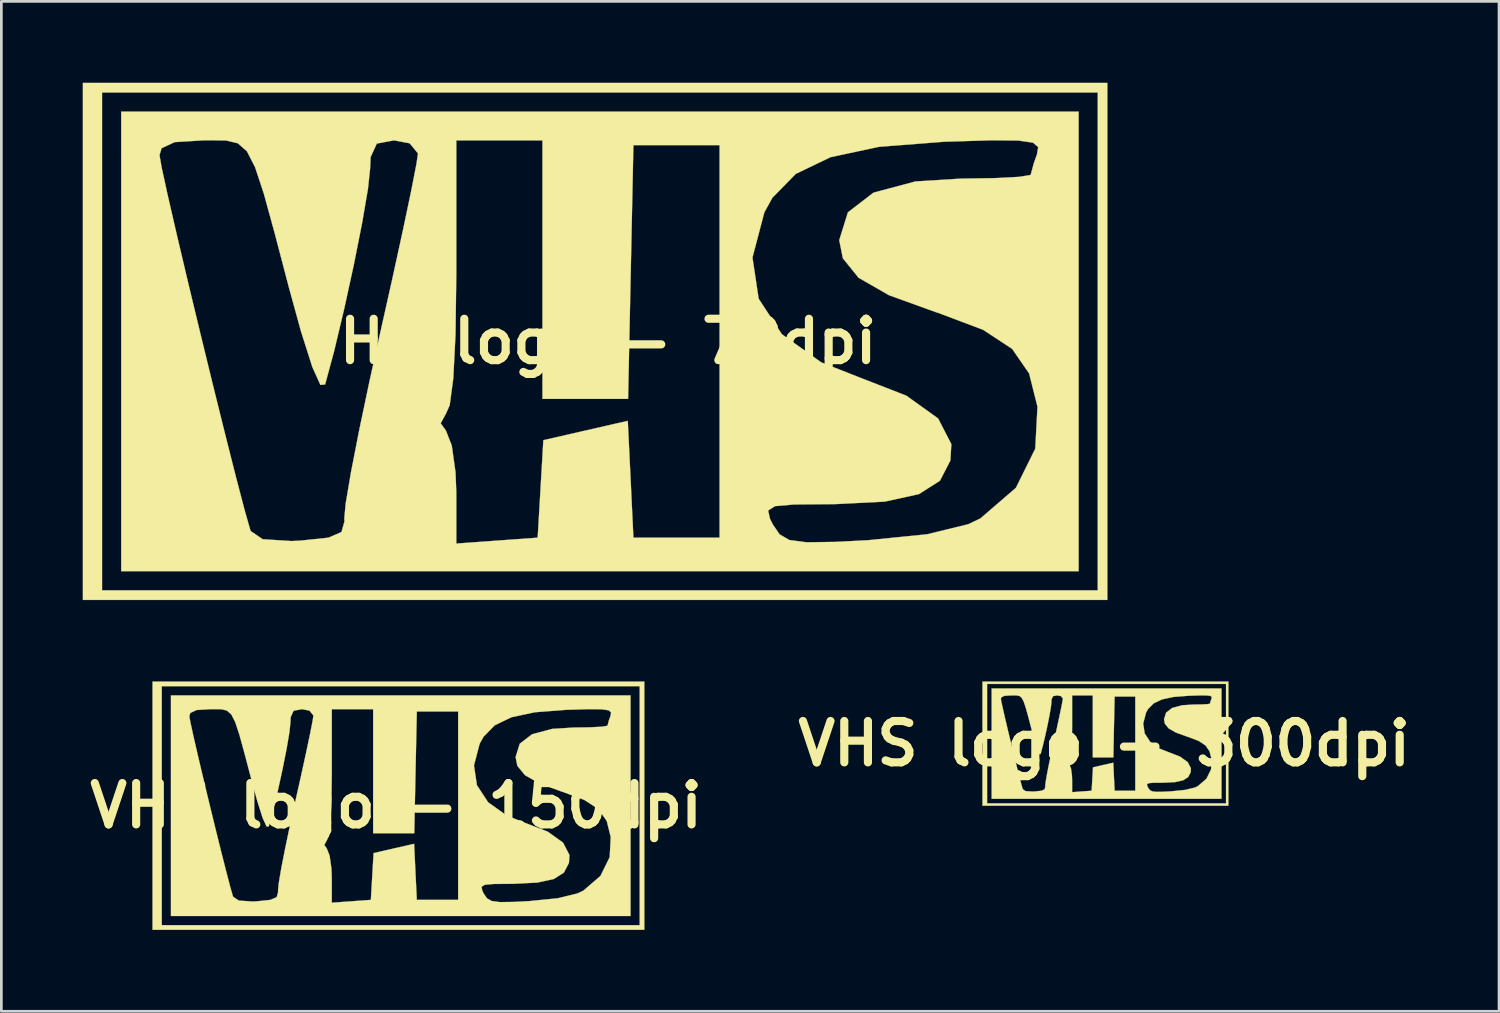
<source format=kicad_pcb>
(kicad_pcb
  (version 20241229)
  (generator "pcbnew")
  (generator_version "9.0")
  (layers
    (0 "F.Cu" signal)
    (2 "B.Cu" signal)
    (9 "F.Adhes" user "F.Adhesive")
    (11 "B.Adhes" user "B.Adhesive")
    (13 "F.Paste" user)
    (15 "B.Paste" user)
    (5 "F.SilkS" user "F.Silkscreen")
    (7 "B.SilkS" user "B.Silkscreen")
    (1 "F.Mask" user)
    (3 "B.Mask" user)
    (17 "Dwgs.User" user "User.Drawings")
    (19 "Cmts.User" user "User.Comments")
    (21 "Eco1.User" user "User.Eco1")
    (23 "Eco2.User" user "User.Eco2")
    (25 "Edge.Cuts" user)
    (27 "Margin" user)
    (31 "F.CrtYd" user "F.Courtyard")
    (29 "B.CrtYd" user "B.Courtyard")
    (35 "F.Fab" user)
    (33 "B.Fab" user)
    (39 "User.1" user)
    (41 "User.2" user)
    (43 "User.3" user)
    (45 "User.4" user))
  (footprint "VHS logo - 300dpi"
    (layer "F.Cu")
    (at 37.639 24.351)
    (property "Reference" "VHS logo - 300dpi" (at 0 0 0) (layer "F.SilkS") (effects (font (size 1.524 1.524) (thickness 0.3))))
    (attr through_hole)
    (fp_poly (pts (xy 4.572 2.286) (xy -4.487 2.286) (xy -4.487 -2.201) (xy -4.318 -2.201) (xy -4.318 2.201) (xy 4.487 2.201) (xy 4.487 -2.201) (xy -4.318 -2.201) (xy -4.487 -2.201) (xy -4.487 -2.286) (xy 4.572 -2.286) (xy 4.572 2.286)) (stroke (width 0.01) (type solid)) (fill yes) (layer "F.SilkS"))
    (fp_poly (pts (xy 4.318 2.032) (xy -4.149 2.032) (xy -4.149 -1.648) (xy -3.81 -1.648) (xy -3.791 -1.536) (xy -3.737 -1.292) (xy -3.658 -0.946) (xy -3.56 -0.531) (xy -3.451 -0.077) (xy -3.338 0.383) (xy -3.23 0.819) (xy -3.134 1.198) (xy -3.058 1.49) (xy -3.009 1.662) (xy -3.004 1.677) (xy -2.898 1.749) (xy -2.643 1.766) (xy -2.562 1.762) (xy -2.317 1.736) (xy -2.201 1.686) (xy -2.174 1.592) (xy -2.176 1.566) (xy -2.163 1.431) (xy -2.117 1.162) (xy -2.045 0.788) (xy -2.031 0.724) (xy -1.324 0.724) (xy -1.277 0.788) (xy -1.225 0.92) (xy -1.192 1.158) (xy -1.185 1.334) (xy -1.185 1.788) (xy -0.466 1.736) (xy -0.415 0.873) (xy -0.042 0.788) (xy 0.331 0.703) (xy 0.381 1.736) (xy 1.143 1.736) (xy 1.143 -0.742) (xy 1.434 -0.742) (xy 1.488 -0.377) (xy 1.694 -0.063) (xy 2.042 0.185) (xy 2.355 0.309) (xy 2.795 0.48) (xy 3.075 0.681) (xy 3.192 0.908) (xy 3.184 1.053) (xy 3.092 1.232) (xy 2.906 1.35) (xy 2.604 1.417) (xy 2.161 1.439) (xy 2.108 1.439) (xy 1.801 1.442) (xy 1.633 1.457) (xy 1.572 1.496) (xy 1.589 1.57) (xy 1.615 1.62) (xy 1.673 1.706) (xy 1.76 1.756) (xy 1.912 1.776) (xy 2.167 1.773) (xy 2.453 1.758) (xy 2.979 1.705) (xy 3.342 1.617) (xy 3.449 1.566) (xy 3.763 1.295) (xy 3.935 0.949) (xy 3.954 0.577) (xy 3.88 0.283) (xy 3.73 0.066) (xy 3.474 -0.103) (xy 3.08 -0.251) (xy 3.059 -0.258) (xy 2.641 -0.408) (xy 2.372 -0.563) (xy 2.233 -0.735) (xy 2.201 -0.896) (xy 2.278 -1.142) (xy 2.504 -1.315) (xy 2.875 -1.415) (xy 3.271 -1.439) (xy 3.572 -1.444) (xy 3.793 -1.455) (xy 3.893 -1.472) (xy 3.895 -1.475) (xy 3.921 -1.574) (xy 3.95 -1.654) (xy 3.961 -1.718) (xy 3.915 -1.758) (xy 3.785 -1.776) (xy 3.544 -1.778) (xy 3.163 -1.767) (xy 3.124 -1.766) (xy 2.552 -1.721) (xy 2.124 -1.629) (xy 1.817 -1.482) (xy 1.61 -1.27) (xy 1.539 -1.141) (xy 1.434 -0.742) (xy 1.143 -0.742) (xy 1.143 -1.736) (xy 0.381 -1.736) (xy 0.357 -0.614) (xy 0.334 0.508) (xy -0.423 0.508) (xy -0.423 -1.778) (xy -1.185 -1.778) (xy -1.185 -0.598) (xy -1.192 -0.065) (xy -1.212 0.325) (xy -1.244 0.564) (xy -1.277 0.64) (xy -1.324 0.724) (xy -2.031 0.724) (xy -1.95 0.34) (xy -1.858 -0.075) (xy -1.75 -0.557) (xy -1.657 -0.986) (xy -1.584 -1.333) (xy -1.538 -1.57) (xy -1.524 -1.662) (xy -1.597 -1.752) (xy -1.736 -1.778) (xy -1.888 -1.75) (xy -1.943 -1.63) (xy -1.947 -1.531) (xy -1.967 -1.349) (xy -2.018 -1.05) (xy -2.091 -0.68) (xy -2.177 -0.286) (xy -2.266 0.085) (xy -2.345 0.381) (xy -2.387 0.385) (xy -2.458 0.227) (xy -2.559 -0.088) (xy -2.663 -0.468) (xy -2.791 -0.957) (xy -2.887 -1.307) (xy -2.965 -1.541) (xy -3.037 -1.681) (xy -3.117 -1.752) (xy -3.22 -1.777) (xy -3.358 -1.779) (xy -3.426 -1.778) (xy -3.676 -1.762) (xy -3.792 -1.708) (xy -3.81 -1.648) (xy -4.149 -1.648) (xy -4.149 -2.032) (xy 4.318 -2.032) (xy 4.318 2.032)) (stroke (width 0.01) (type solid)) (fill yes) (layer "F.SilkS")))
  (footprint "VHS logo - 72dpi"
    (layer "F.Cu")
    (at 18.702 9.53)
    (property "Reference" "VHS logo - 72dpi" (at 0 0 0) (layer "F.SilkS") (effects (font (size 1.524 1.524) (thickness 0.3))))
    (attr through_hole)
    (fp_poly (pts (xy 19.05 9.525) (xy -18.697 9.525) (xy -18.697 -9.172) (xy -17.992 -9.172) (xy -17.992 9.172) (xy 18.697 9.172) (xy 18.697 -9.172) (xy -17.992 -9.172) (xy -18.697 -9.172) (xy -18.697 -9.525) (xy 19.05 -9.525) (xy 19.05 9.525)) (stroke (width 0.01) (type solid)) (fill yes) (layer "F.SilkS"))
    (fp_poly (pts (xy 17.992 8.467) (xy -17.286 8.467) (xy -17.286 -6.865) (xy -15.875 -6.865) (xy -15.794 -6.4) (xy -15.572 -5.382) (xy -15.24 -3.942) (xy -14.832 -2.212) (xy -14.377 -0.322) (xy -13.909 1.596) (xy -13.459 3.411) (xy -13.059 4.992) (xy -12.741 6.208) (xy -12.536 6.927) (xy -12.516 6.987) (xy -12.074 7.289) (xy -11.015 7.356) (xy -10.675 7.34) (xy -9.653 7.232) (xy -9.17 7.025) (xy -9.059 6.634) (xy -9.066 6.526) (xy -9.013 5.964) (xy -8.823 4.841) (xy -8.519 3.283) (xy -8.463 3.017) (xy -5.515 3.017) (xy -5.322 3.285) (xy -5.106 3.835) (xy -4.967 4.826) (xy -4.939 5.559) (xy -4.939 7.449) (xy -3.44 7.34) (xy -1.94 7.232) (xy -1.836 5.436) (xy -1.731 3.639) (xy 1.38 2.927) (xy 1.484 5.08) (xy 1.587 7.232) (xy 4.763 7.232) (xy 4.763 -3.091) (xy 5.974 -3.091) (xy 6.202 -1.573) (xy 7.058 -0.264) (xy 8.506 0.771) (xy 9.812 1.286) (xy 11.647 2.001) (xy 12.814 2.838) (xy 13.302 3.785) (xy 13.266 4.389) (xy 12.882 5.133) (xy 12.109 5.626) (xy 10.848 5.903) (xy 9.004 5.996) (xy 8.784 5.997) (xy 7.505 6.008) (xy 6.804 6.07) (xy 6.551 6.232) (xy 6.62 6.54) (xy 6.728 6.75) (xy 6.972 7.109) (xy 7.333 7.318) (xy 7.967 7.402) (xy 9.031 7.387) (xy 10.222 7.326) (xy 12.414 7.106) (xy 13.924 6.736) (xy 14.37 6.525) (xy 15.68 5.396) (xy 16.394 3.953) (xy 16.476 2.405) (xy 16.168 1.18) (xy 15.543 0.275) (xy 14.474 -0.427) (xy 12.833 -1.046) (xy 12.746 -1.073) (xy 11.005 -1.702) (xy 9.885 -2.345) (xy 9.304 -3.063) (xy 9.172 -3.733) (xy 9.491 -4.757) (xy 10.433 -5.481) (xy 11.981 -5.895) (xy 13.63 -5.997) (xy 14.882 -6.016) (xy 15.803 -6.064) (xy 16.22 -6.133) (xy 16.228 -6.145) (xy 16.338 -6.558) (xy 16.458 -6.892) (xy 16.502 -7.159) (xy 16.312 -7.323) (xy 15.771 -7.402) (xy 14.765 -7.41) (xy 13.179 -7.362) (xy 13.017 -7.356) (xy 10.635 -7.17) (xy 8.85 -6.788) (xy 7.571 -6.174) (xy 6.708 -5.293) (xy 6.411 -4.755) (xy 5.974 -3.091) (xy 4.763 -3.091) (xy 4.763 -7.232) (xy 1.587 -7.232) (xy 1.489 -2.558) (xy 1.391 2.117) (xy -1.764 2.117) (xy -1.764 -7.408) (xy -4.939 -7.408) (xy -4.939 -2.49) (xy -4.967 -0.273) (xy -5.049 1.354) (xy -5.182 2.35) (xy -5.322 2.665) (xy -5.515 3.017) (xy -8.463 3.017) (xy -8.127 1.417) (xy -7.743 -0.311) (xy -7.293 -2.321) (xy -6.903 -4.109) (xy -6.599 -5.556) (xy -6.407 -6.54) (xy -6.35 -6.926) (xy -6.656 -7.3) (xy -7.232 -7.408) (xy -7.868 -7.29) (xy -8.096 -6.793) (xy -8.114 -6.378) (xy -8.194 -5.621) (xy -8.407 -4.375) (xy -8.713 -2.834) (xy -9.071 -1.193) (xy -9.44 0.355) (xy -9.773 1.587) (xy -9.945 1.603) (xy -10.243 0.945) (xy -10.661 -0.368) (xy -11.096 -1.949) (xy -11.631 -3.989) (xy -12.031 -5.446) (xy -12.353 -6.419) (xy -12.653 -7.005) (xy -12.989 -7.301) (xy -13.416 -7.403) (xy -13.993 -7.411) (xy -14.276 -7.408) (xy -15.318 -7.343) (xy -15.799 -7.117) (xy -15.875 -6.865) (xy -17.286 -6.865) (xy -17.286 -8.467) (xy 17.992 -8.467) (xy 17.992 8.467)) (stroke (width 0.01) (type solid)) (fill yes) (layer "F.SilkS")))
  (footprint "VHS logo - 150dpi"
    (layer "F.Cu")
    (at 11.546 26.637)
    (property "Reference" "VHS logo - 150dpi" (at 0 0 0) (layer "F.SilkS") (effects (font (size 1.524 1.524) (thickness 0.3))))
    (attr through_hole)
    (fp_poly (pts (xy 9.144 4.572) (xy -8.975 4.572) (xy -8.975 -4.403) (xy -8.636 -4.403) (xy -8.636 4.403) (xy 8.975 4.403) (xy 8.975 -4.403) (xy -8.636 -4.403) (xy -8.975 -4.403) (xy -8.975 -4.572) (xy 9.144 -4.572) (xy 9.144 4.572)) (stroke (width 0.01) (type solid)) (fill yes) (layer "F.SilkS"))
    (fp_poly (pts (xy 8.636 4.064) (xy -8.297 4.064) (xy -8.297 -3.295) (xy -7.62 -3.295) (xy -7.581 -3.072) (xy -7.474 -2.583) (xy -7.315 -1.892) (xy -7.119 -1.062) (xy -6.901 -0.155) (xy -6.677 0.766) (xy -6.461 1.637) (xy -6.268 2.396) (xy -6.116 2.98) (xy -6.017 3.325) (xy -6.008 3.354) (xy -5.795 3.498) (xy -5.287 3.531) (xy -5.124 3.523) (xy -4.634 3.471) (xy -4.402 3.372) (xy -4.348 3.184) (xy -4.352 3.133) (xy -4.326 2.863) (xy -4.235 2.324) (xy -4.089 1.576) (xy -4.062 1.448) (xy -2.647 1.448) (xy -2.555 1.577) (xy -2.451 1.841) (xy -2.384 2.317) (xy -2.371 2.668) (xy -2.371 3.575) (xy -1.651 3.523) (xy -0.931 3.471) (xy -0.881 2.609) (xy -0.831 1.747) (xy 0.662 1.405) (xy 0.712 2.438) (xy 0.762 3.471) (xy 2.286 3.471) (xy 2.286 -1.484) (xy 2.868 -1.484) (xy 2.977 -0.755) (xy 3.388 -0.127) (xy 4.083 0.37) (xy 4.71 0.617) (xy 5.591 0.96) (xy 6.151 1.362) (xy 6.385 1.817) (xy 6.368 2.107) (xy 6.183 2.464) (xy 5.812 2.701) (xy 5.207 2.833) (xy 4.322 2.878) (xy 4.216 2.879) (xy 3.602 2.884) (xy 3.266 2.914) (xy 3.145 2.991) (xy 3.178 3.139) (xy 3.229 3.24) (xy 3.346 3.412) (xy 3.52 3.512) (xy 3.824 3.553) (xy 4.335 3.546) (xy 4.907 3.516) (xy 5.959 3.411) (xy 6.683 3.233) (xy 6.898 3.132) (xy 7.527 2.59) (xy 7.869 1.897) (xy 7.908 1.155) (xy 7.761 0.566) (xy 7.461 0.132) (xy 6.947 -0.205) (xy 6.16 -0.502) (xy 6.118 -0.515) (xy 5.282 -0.817) (xy 4.745 -1.126) (xy 4.466 -1.47) (xy 4.403 -1.792) (xy 4.555 -2.283) (xy 5.008 -2.631) (xy 5.751 -2.83) (xy 6.542 -2.879) (xy 7.143 -2.887) (xy 7.585 -2.911) (xy 7.785 -2.944) (xy 7.789 -2.949) (xy 7.842 -3.148) (xy 7.9 -3.308) (xy 7.921 -3.436) (xy 7.83 -3.515) (xy 7.57 -3.553) (xy 7.087 -3.557) (xy 6.326 -3.534) (xy 6.248 -3.531) (xy 5.105 -3.442) (xy 4.248 -3.258) (xy 3.634 -2.963) (xy 3.22 -2.54) (xy 3.077 -2.282) (xy 2.868 -1.484) (xy 2.286 -1.484) (xy 2.286 -3.471) (xy 0.762 -3.471) (xy 0.668 1.016) (xy -0.847 1.016) (xy -0.847 -3.556) (xy -2.371 -3.556) (xy -2.371 -1.195) (xy -2.384 -0.131) (xy -2.424 0.65) (xy -2.487 1.128) (xy -2.555 1.279) (xy -2.647 1.448) (xy -4.062 1.448) (xy -3.901 0.68) (xy -3.717 -0.149) (xy -3.5 -1.114) (xy -3.313 -1.972) (xy -3.167 -2.667) (xy -3.075 -3.139) (xy -3.048 -3.324) (xy -3.195 -3.504) (xy -3.471 -3.556) (xy -3.777 -3.499) (xy -3.886 -3.261) (xy -3.895 -3.061) (xy -3.933 -2.698) (xy -4.035 -2.1) (xy -4.182 -1.36) (xy -4.354 -0.572) (xy -4.531 0.17) (xy -4.691 0.762) (xy -4.773 0.769) (xy -4.917 0.454) (xy -5.117 -0.177) (xy -5.326 -0.936) (xy -5.583 -1.915) (xy -5.775 -2.614) (xy -5.929 -3.081) (xy -6.073 -3.362) (xy -6.235 -3.504) (xy -6.44 -3.554) (xy -6.716 -3.557) (xy -6.853 -3.556) (xy -7.353 -3.525) (xy -7.584 -3.416) (xy -7.62 -3.295) (xy -8.297 -3.295) (xy -8.297 -4.064) (xy 8.636 -4.064) (xy 8.636 4.064)) (stroke (width 0.01) (type solid)) (fill yes) (layer "F.SilkS")))
  (gr_rect
    (start -3 -3)
    (end 52.185 34.214)
    (stroke (width 0.1) (type default))
    (fill no)
    (layer "Edge.Cuts")))
</source>
